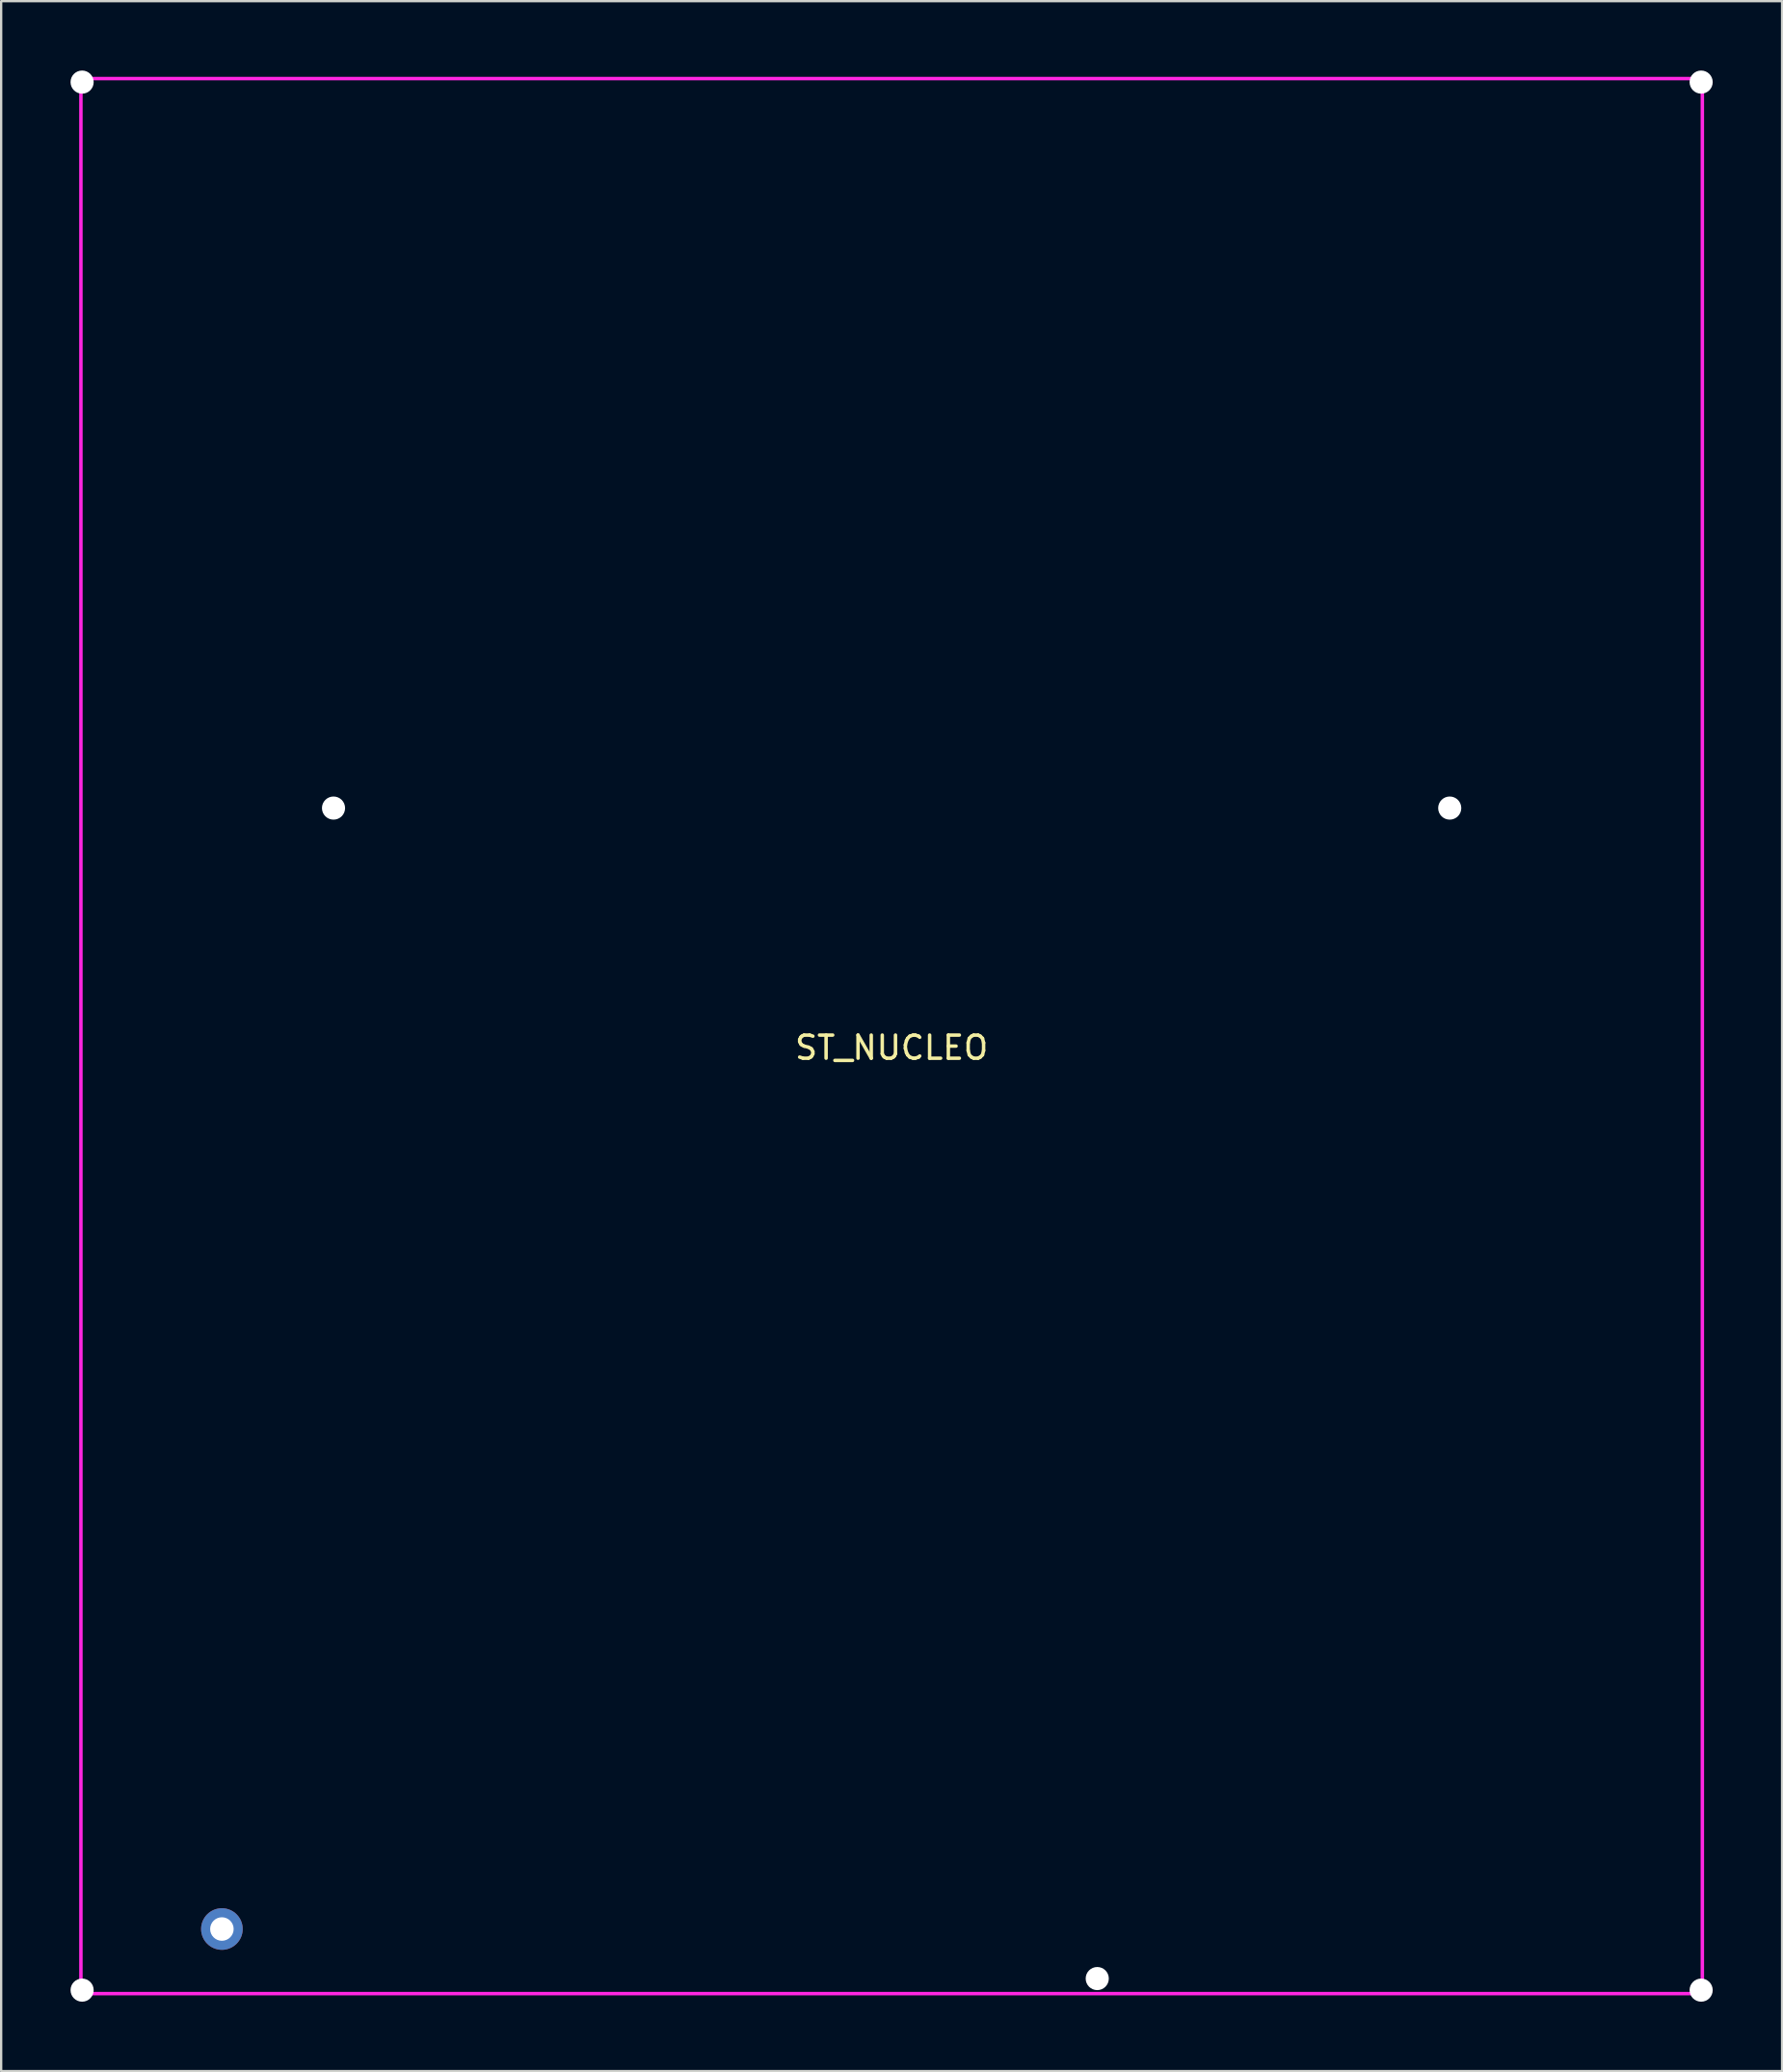
<source format=kicad_pcb>
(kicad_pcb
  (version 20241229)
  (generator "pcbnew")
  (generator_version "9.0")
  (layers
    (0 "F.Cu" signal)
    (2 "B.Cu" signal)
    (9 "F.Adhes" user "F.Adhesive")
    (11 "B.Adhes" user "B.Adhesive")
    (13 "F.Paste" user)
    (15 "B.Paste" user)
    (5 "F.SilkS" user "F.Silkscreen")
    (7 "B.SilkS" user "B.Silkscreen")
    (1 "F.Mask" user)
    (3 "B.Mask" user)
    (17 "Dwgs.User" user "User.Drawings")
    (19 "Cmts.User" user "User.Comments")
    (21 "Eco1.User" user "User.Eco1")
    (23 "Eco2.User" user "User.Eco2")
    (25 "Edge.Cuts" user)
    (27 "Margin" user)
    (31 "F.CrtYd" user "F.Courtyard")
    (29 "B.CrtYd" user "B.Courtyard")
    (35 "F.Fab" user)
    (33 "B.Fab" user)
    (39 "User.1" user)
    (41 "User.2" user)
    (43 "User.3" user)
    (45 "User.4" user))
  (footprint "ST_NUCLEO"
    (layer "F.Cu")
    (at 35.5 41.75)
    (property "Reference" "ST_NUCLEO" (at 0 0.5 0) (layer "F.SilkS") (effects (font (size 1 1) (thickness 0.15))))
    (attr through_hole)
    (fp_line (start -35.052 -41.402) (end 35.052 -41.402) (stroke (width 0.15) (type solid)) (layer "F.CrtYd"))
    (fp_line (start -35.052 41.402) (end -35.052 -41.402) (stroke (width 0.15) (type solid)) (layer "F.CrtYd"))
    (fp_line (start 35.052 -41.402) (end 35.052 41.402) (stroke (width 0.15) (type solid)) (layer "F.CrtYd"))
    (fp_line (start 35.052 41.402) (end -35.052 41.402) (stroke (width 0.15) (type solid)) (layer "F.CrtYd"))
    (pad "" np_thru_hole circle (at -35 -41.25) (size 1 1) (drill 1) (layers "*.Cu" "*.Mask"))
    (pad "" np_thru_hole circle (at -35 41.25) (size 1 1) (drill 1) (layers "*.Cu" "*.Mask"))
    (pad "" thru_hole circle (at -28.956 38.608) (size 1.8 1.8) (drill 1.016) (layers "*.Cu" "*.Mask"))
    (pad "" np_thru_hole circle (at -24.13 -9.86) (size 1 1) (drill 1) (layers "*.Cu" "*.Mask"))
    (pad "" np_thru_hole circle (at 8.89 40.75) (size 1 1) (drill 1) (layers "*.Cu" "*.Mask"))
    (pad "" np_thru_hole circle (at 24.13 -9.86) (size 1 1) (drill 1) (layers "*.Cu" "*.Mask"))
    (pad "" np_thru_hole circle (at 35 -41.25) (size 1 1) (drill 1) (layers "*.Cu" "*.Mask"))
    (pad "" np_thru_hole circle (at 35 41.25) (size 1 1) (drill 1) (layers "*.Cu" "*.Mask")))
  (gr_rect
    (start -3 -3)
    (end 74 86.5)
    (stroke (width 0.1) (type default))
    (fill no)
    (layer "Edge.Cuts")))
</source>
